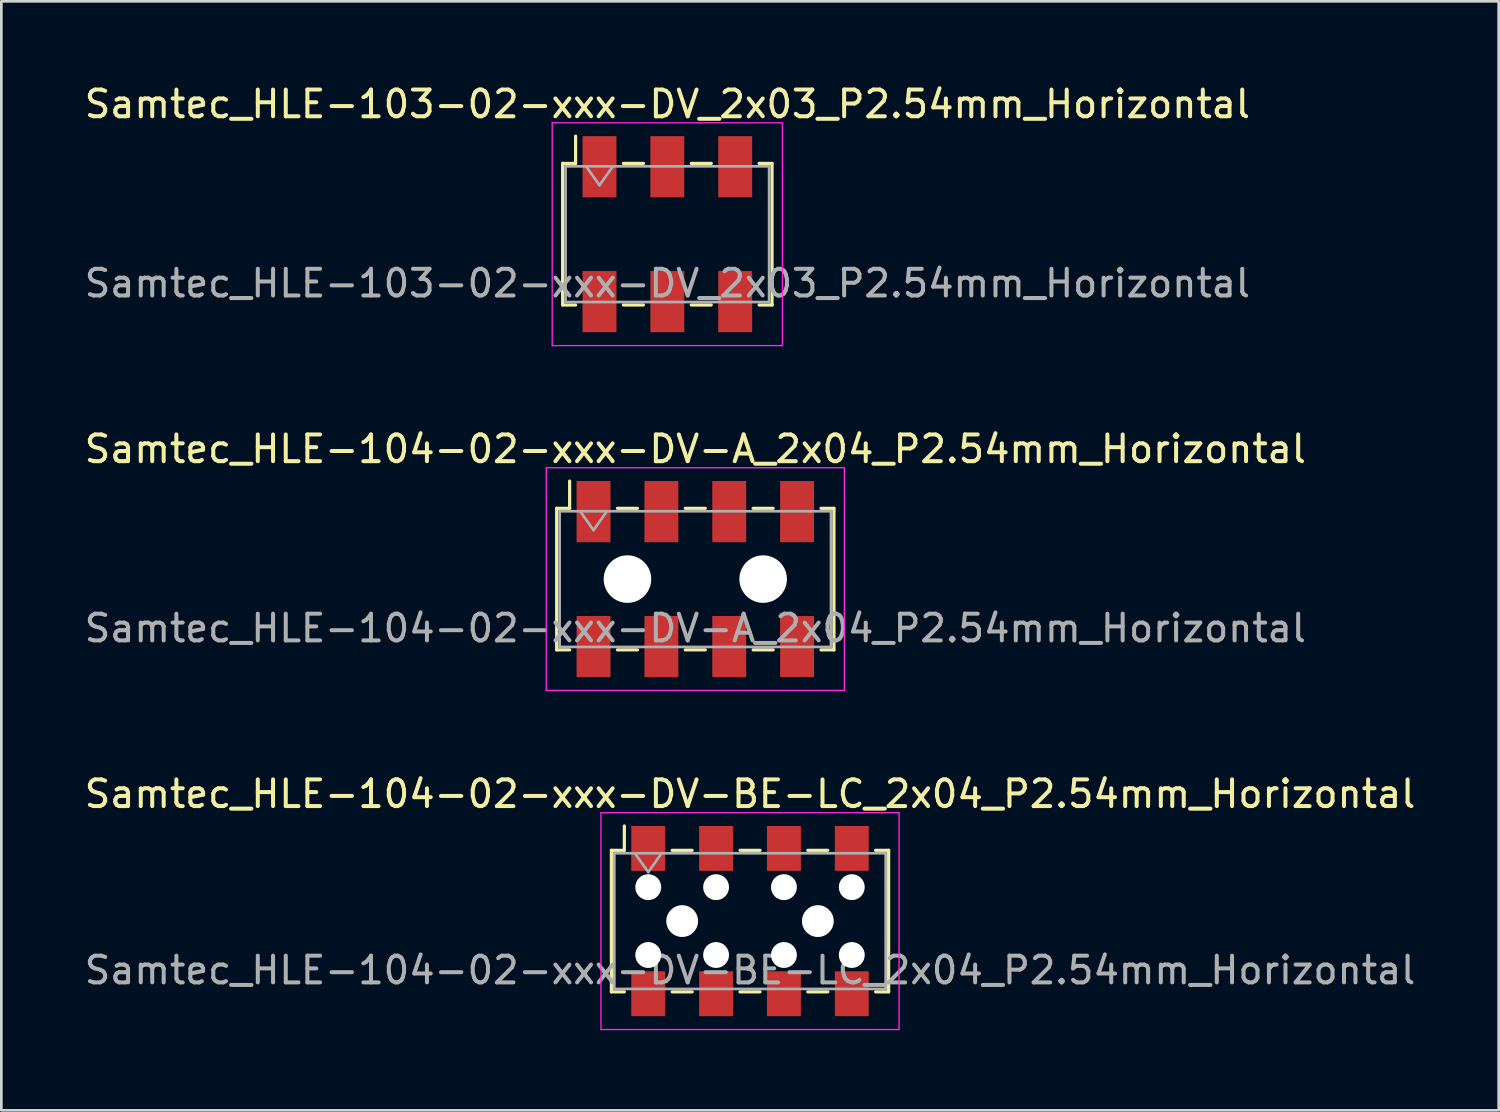
<source format=kicad_pcb>
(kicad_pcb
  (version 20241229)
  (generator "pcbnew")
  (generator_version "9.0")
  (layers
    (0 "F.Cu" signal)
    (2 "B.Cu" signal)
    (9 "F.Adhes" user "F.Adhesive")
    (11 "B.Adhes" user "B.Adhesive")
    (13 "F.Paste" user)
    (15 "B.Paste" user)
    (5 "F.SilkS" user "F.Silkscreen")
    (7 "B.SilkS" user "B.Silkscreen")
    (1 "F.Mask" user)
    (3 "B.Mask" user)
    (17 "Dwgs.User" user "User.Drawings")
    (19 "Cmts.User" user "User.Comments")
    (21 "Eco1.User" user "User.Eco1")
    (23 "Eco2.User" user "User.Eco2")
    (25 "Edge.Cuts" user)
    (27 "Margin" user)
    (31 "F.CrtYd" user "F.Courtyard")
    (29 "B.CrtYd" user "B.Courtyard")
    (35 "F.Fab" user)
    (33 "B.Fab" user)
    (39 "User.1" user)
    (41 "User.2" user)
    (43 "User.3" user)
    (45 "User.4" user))
  (footprint "Samtec_HLE-103-02-xxx-DV_2x03_P2.54mm_Horizontal"
    (layer "F.Cu")
    (at 21.935 5.718)
    (property "Reference" "Samtec_HLE-103-02-xxx-DV_2x03_P2.54mm_Horizontal" (at 0 -4.87 0) (layer "F.SilkS") (effects (font (size 1 1) (thickness 0.15))))
    (attr smd)
    (fp_line (start -3.92 -2.65) (end -3.92 2.65) (stroke (width 0.12) (type solid)) (layer "F.SilkS"))
    (fp_line (start -3.92 2.65) (end -3.435 2.65) (stroke (width 0.12) (type solid)) (layer "F.SilkS"))
    (fp_line (start -3.435 -3.67) (end -3.435 -2.65) (stroke (width 0.12) (type solid)) (layer "F.SilkS"))
    (fp_line (start -3.435 -2.65) (end -3.92 -2.65) (stroke (width 0.12) (type solid)) (layer "F.SilkS"))
    (fp_line (start -1.645 -2.65) (end -0.895 -2.65) (stroke (width 0.12) (type solid)) (layer "F.SilkS"))
    (fp_line (start -1.645 2.65) (end -0.895 2.65) (stroke (width 0.12) (type solid)) (layer "F.SilkS"))
    (fp_line (start 0.895 -2.65) (end 1.645 -2.65) (stroke (width 0.12) (type solid)) (layer "F.SilkS"))
    (fp_line (start 0.895 2.65) (end 1.645 2.65) (stroke (width 0.12) (type solid)) (layer "F.SilkS"))
    (fp_line (start 3.435 -2.65) (end 3.92 -2.65) (stroke (width 0.12) (type solid)) (layer "F.SilkS"))
    (fp_line (start 3.92 -2.65) (end 3.92 2.65) (stroke (width 0.12) (type solid)) (layer "F.SilkS"))
    (fp_line (start 3.92 2.65) (end 3.435 2.65) (stroke (width 0.12) (type solid)) (layer "F.SilkS"))
    (fp_line (start -4.31 -4.17) (end 4.31 -4.17) (stroke (width 0.05) (type solid)) (layer "F.CrtYd"))
    (fp_line (start -4.31 4.17) (end -4.31 -4.17) (stroke (width 0.05) (type solid)) (layer "F.CrtYd"))
    (fp_line (start 4.31 -4.17) (end 4.31 4.17) (stroke (width 0.05) (type solid)) (layer "F.CrtYd"))
    (fp_line (start 4.31 4.17) (end -4.31 4.17) (stroke (width 0.05) (type solid)) (layer "F.CrtYd"))
    (fp_line (start -3.81 -2.54) (end 3.81 -2.54) (stroke (width 0.1) (type solid)) (layer "F.Fab"))
    (fp_line (start -3.81 2.54) (end -3.81 -2.54) (stroke (width 0.1) (type solid)) (layer "F.Fab"))
    (fp_line (start -3.04 -2.54) (end -2.54 -1.833) (stroke (width 0.1) (type solid)) (layer "F.Fab"))
    (fp_line (start -2.54 -1.833) (end -2.04 -2.54) (stroke (width 0.1) (type solid)) (layer "F.Fab"))
    (fp_line (start 3.81 -2.54) (end 3.81 2.54) (stroke (width 0.1) (type solid)) (layer "F.Fab"))
    (fp_line (start 3.81 2.54) (end -3.81 2.54) (stroke (width 0.1) (type solid)) (layer "F.Fab"))
    (fp_text user "${REFERENCE}" (at 0 1.84 0) (layer "F.Fab") (effects (font (size 1 1) (thickness 0.15))))
    (pad "1" smd rect (at -2.54 -2.525) (size 1.27 2.29) (layers "F.Cu" "F.Mask" "F.Paste"))
    (pad "2" smd rect (at -2.54 2.525) (size 1.27 2.29) (layers "F.Cu" "F.Mask" "F.Paste"))
    (pad "3" smd rect (at 0 -2.525) (size 1.27 2.29) (layers "F.Cu" "F.Mask" "F.Paste"))
    (pad "4" smd rect (at 0 2.525) (size 1.27 2.29) (layers "F.Cu" "F.Mask" "F.Paste"))
    (pad "5" smd rect (at 2.54 -2.525) (size 1.27 2.29) (layers "F.Cu" "F.Mask" "F.Paste"))
    (pad "6" smd rect (at 2.54 2.525) (size 1.27 2.29) (layers "F.Cu" "F.Mask" "F.Paste")))
  (footprint "Samtec_HLE-104-02-xxx-DV-A_2x04_P2.54mm_Horizontal"
    (layer "F.Cu")
    (at 22.982 18.631)
    (property "Reference" "Samtec_HLE-104-02-xxx-DV-A_2x04_P2.54mm_Horizontal" (at 0 -4.87 0) (layer "F.SilkS") (effects (font (size 1 1) (thickness 0.15))))
    (attr smd)
    (fp_line (start -5.19 -2.65) (end -5.19 2.65) (stroke (width 0.12) (type solid)) (layer "F.SilkS"))
    (fp_line (start -5.19 2.65) (end -4.705 2.65) (stroke (width 0.12) (type solid)) (layer "F.SilkS"))
    (fp_line (start -4.705 -3.67) (end -4.705 -2.65) (stroke (width 0.12) (type solid)) (layer "F.SilkS"))
    (fp_line (start -4.705 -2.65) (end -5.19 -2.65) (stroke (width 0.12) (type solid)) (layer "F.SilkS"))
    (fp_line (start -2.915 -2.65) (end -2.165 -2.65) (stroke (width 0.12) (type solid)) (layer "F.SilkS"))
    (fp_line (start -2.915 2.65) (end -2.165 2.65) (stroke (width 0.12) (type solid)) (layer "F.SilkS"))
    (fp_line (start -0.375 -2.65) (end 0.375 -2.65) (stroke (width 0.12) (type solid)) (layer "F.SilkS"))
    (fp_line (start -0.375 2.65) (end 0.375 2.65) (stroke (width 0.12) (type solid)) (layer "F.SilkS"))
    (fp_line (start 2.165 -2.65) (end 2.915 -2.65) (stroke (width 0.12) (type solid)) (layer "F.SilkS"))
    (fp_line (start 2.165 2.65) (end 2.915 2.65) (stroke (width 0.12) (type solid)) (layer "F.SilkS"))
    (fp_line (start 4.705 -2.65) (end 5.19 -2.65) (stroke (width 0.12) (type solid)) (layer "F.SilkS"))
    (fp_line (start 5.19 -2.65) (end 5.19 2.65) (stroke (width 0.12) (type solid)) (layer "F.SilkS"))
    (fp_line (start 5.19 2.65) (end 4.705 2.65) (stroke (width 0.12) (type solid)) (layer "F.SilkS"))
    (fp_line (start -5.58 -4.17) (end 5.58 -4.17) (stroke (width 0.05) (type solid)) (layer "F.CrtYd"))
    (fp_line (start -5.58 4.17) (end -5.58 -4.17) (stroke (width 0.05) (type solid)) (layer "F.CrtYd"))
    (fp_line (start 5.58 -4.17) (end 5.58 4.17) (stroke (width 0.05) (type solid)) (layer "F.CrtYd"))
    (fp_line (start 5.58 4.17) (end -5.58 4.17) (stroke (width 0.05) (type solid)) (layer "F.CrtYd"))
    (fp_line (start -5.08 -2.54) (end 5.08 -2.54) (stroke (width 0.1) (type solid)) (layer "F.Fab"))
    (fp_line (start -5.08 2.54) (end -5.08 -2.54) (stroke (width 0.1) (type solid)) (layer "F.Fab"))
    (fp_line (start -4.31 -2.54) (end -3.81 -1.833) (stroke (width 0.1) (type solid)) (layer "F.Fab"))
    (fp_line (start -3.81 -1.833) (end -3.31 -2.54) (stroke (width 0.1) (type solid)) (layer "F.Fab"))
    (fp_line (start 5.08 -2.54) (end 5.08 2.54) (stroke (width 0.1) (type solid)) (layer "F.Fab"))
    (fp_line (start 5.08 2.54) (end -5.08 2.54) (stroke (width 0.1) (type solid)) (layer "F.Fab"))
    (fp_text user "${REFERENCE}" (at 0 1.84 0) (layer "F.Fab") (effects (font (size 1 1) (thickness 0.15))))
    (pad "" np_thru_hole circle (at -2.54 0) (size 1.78 1.78) (drill 1.78) (layers "*.Cu" "*.Mask"))
    (pad "" np_thru_hole circle (at 2.54 0) (size 1.78 1.78) (drill 1.78) (layers "*.Cu" "*.Mask"))
    (pad "1" smd rect (at -3.81 -2.525) (size 1.27 2.29) (layers "F.Cu" "F.Mask" "F.Paste"))
    (pad "2" smd rect (at -3.81 2.525) (size 1.27 2.29) (layers "F.Cu" "F.Mask" "F.Paste"))
    (pad "3" smd rect (at -1.27 -2.525) (size 1.27 2.29) (layers "F.Cu" "F.Mask" "F.Paste"))
    (pad "4" smd rect (at -1.27 2.525) (size 1.27 2.29) (layers "F.Cu" "F.Mask" "F.Paste"))
    (pad "5" smd rect (at 1.27 -2.525) (size 1.27 2.29) (layers "F.Cu" "F.Mask" "F.Paste"))
    (pad "6" smd rect (at 1.27 2.525) (size 1.27 2.29) (layers "F.Cu" "F.Mask" "F.Paste"))
    (pad "7" smd rect (at 3.81 -2.525) (size 1.27 2.29) (layers "F.Cu" "F.Mask" "F.Paste"))
    (pad "8" smd rect (at 3.81 2.525) (size 1.27 2.29) (layers "F.Cu" "F.Mask" "F.Paste")))
  (footprint "Samtec_HLE-104-02-xxx-DV-BE-LC_2x04_P2.54mm_Horizontal"
    (layer "F.Cu")
    (at 25.03 31.435)
    (property "Reference" "Samtec_HLE-104-02-xxx-DV-BE-LC_2x04_P2.54mm_Horizontal" (at 0 -4.76 0) (layer "F.SilkS") (effects (font (size 1 1) (thickness 0.15))))
    (attr smd)
    (fp_line (start -5.19 -2.65) (end -5.19 2.65) (stroke (width 0.12) (type solid)) (layer "F.SilkS"))
    (fp_line (start -5.19 2.65) (end -4.705 2.65) (stroke (width 0.12) (type solid)) (layer "F.SilkS"))
    (fp_line (start -4.705 -3.56) (end -4.705 -2.65) (stroke (width 0.12) (type solid)) (layer "F.SilkS"))
    (fp_line (start -4.705 -2.65) (end -5.19 -2.65) (stroke (width 0.12) (type solid)) (layer "F.SilkS"))
    (fp_line (start -2.915 -2.65) (end -2.165 -2.65) (stroke (width 0.12) (type solid)) (layer "F.SilkS"))
    (fp_line (start -2.915 2.65) (end -2.165 2.65) (stroke (width 0.12) (type solid)) (layer "F.SilkS"))
    (fp_line (start -0.375 -2.65) (end 0.375 -2.65) (stroke (width 0.12) (type solid)) (layer "F.SilkS"))
    (fp_line (start -0.375 2.65) (end 0.375 2.65) (stroke (width 0.12) (type solid)) (layer "F.SilkS"))
    (fp_line (start 2.165 -2.65) (end 2.915 -2.65) (stroke (width 0.12) (type solid)) (layer "F.SilkS"))
    (fp_line (start 2.165 2.65) (end 2.915 2.65) (stroke (width 0.12) (type solid)) (layer "F.SilkS"))
    (fp_line (start 4.705 -2.65) (end 5.19 -2.65) (stroke (width 0.12) (type solid)) (layer "F.SilkS"))
    (fp_line (start 5.19 -2.65) (end 5.19 2.65) (stroke (width 0.12) (type solid)) (layer "F.SilkS"))
    (fp_line (start 5.19 2.65) (end 4.705 2.65) (stroke (width 0.12) (type solid)) (layer "F.SilkS"))
    (fp_line (start -5.58 -4.06) (end 5.58 -4.06) (stroke (width 0.05) (type solid)) (layer "F.CrtYd"))
    (fp_line (start -5.58 4.06) (end -5.58 -4.06) (stroke (width 0.05) (type solid)) (layer "F.CrtYd"))
    (fp_line (start 5.58 -4.06) (end 5.58 4.06) (stroke (width 0.05) (type solid)) (layer "F.CrtYd"))
    (fp_line (start 5.58 4.06) (end -5.58 4.06) (stroke (width 0.05) (type solid)) (layer "F.CrtYd"))
    (fp_line (start -5.08 -2.54) (end 5.08 -2.54) (stroke (width 0.1) (type solid)) (layer "F.Fab"))
    (fp_line (start -5.08 2.54) (end -5.08 -2.54) (stroke (width 0.1) (type solid)) (layer "F.Fab"))
    (fp_line (start -4.31 -2.54) (end -3.81 -1.833) (stroke (width 0.1) (type solid)) (layer "F.Fab"))
    (fp_line (start -3.81 -1.833) (end -3.31 -2.54) (stroke (width 0.1) (type solid)) (layer "F.Fab"))
    (fp_line (start 5.08 -2.54) (end 5.08 2.54) (stroke (width 0.1) (type solid)) (layer "F.Fab"))
    (fp_line (start 5.08 2.54) (end -5.08 2.54) (stroke (width 0.1) (type solid)) (layer "F.Fab"))
    (fp_text user "${REFERENCE}" (at 0 1.84 0) (layer "F.Fab") (effects (font (size 1 1) (thickness 0.15))))
    (pad "" np_thru_hole circle (at -3.81 -1.27) (size 0.97 0.97) (drill 0.97) (layers "*.Cu" "*.Mask"))
    (pad "" np_thru_hole circle (at -3.81 1.27) (size 0.97 0.97) (drill 0.97) (layers "*.Cu" "*.Mask"))
    (pad "" np_thru_hole circle (at -2.54 0) (size 1.19 1.19) (drill 1.19) (layers "*.Cu" "*.Mask"))
    (pad "" np_thru_hole circle (at -1.27 -1.27) (size 0.97 0.97) (drill 0.97) (layers "*.Cu" "*.Mask"))
    (pad "" np_thru_hole circle (at -1.27 1.27) (size 0.97 0.97) (drill 0.97) (layers "*.Cu" "*.Mask"))
    (pad "" np_thru_hole circle (at 1.27 -1.27) (size 0.97 0.97) (drill 0.97) (layers "*.Cu" "*.Mask"))
    (pad "" np_thru_hole circle (at 1.27 1.27) (size 0.97 0.97) (drill 0.97) (layers "*.Cu" "*.Mask"))
    (pad "" np_thru_hole circle (at 2.54 0) (size 1.19 1.19) (drill 1.19) (layers "*.Cu" "*.Mask"))
    (pad "" np_thru_hole circle (at 3.81 -1.27) (size 0.97 0.97) (drill 0.97) (layers "*.Cu" "*.Mask"))
    (pad "" np_thru_hole circle (at 3.81 1.27) (size 0.97 0.97) (drill 0.97) (layers "*.Cu" "*.Mask"))
    (pad "1" smd rect (at -3.81 -2.72) (size 1.27 1.68) (layers "F.Cu" "F.Mask" "F.Paste"))
    (pad "2" smd rect (at -3.81 2.72) (size 1.27 1.68) (layers "F.Cu" "F.Mask" "F.Paste"))
    (pad "3" smd rect (at -1.27 -2.72) (size 1.27 1.68) (layers "F.Cu" "F.Mask" "F.Paste"))
    (pad "4" smd rect (at -1.27 2.72) (size 1.27 1.68) (layers "F.Cu" "F.Mask" "F.Paste"))
    (pad "5" smd rect (at 1.27 -2.72) (size 1.27 1.68) (layers "F.Cu" "F.Mask" "F.Paste"))
    (pad "6" smd rect (at 1.27 2.72) (size 1.27 1.68) (layers "F.Cu" "F.Mask" "F.Paste"))
    (pad "7" smd rect (at 3.81 -2.72) (size 1.27 1.68) (layers "F.Cu" "F.Mask" "F.Paste"))
    (pad "8" smd rect (at 3.81 2.72) (size 1.27 1.68) (layers "F.Cu" "F.Mask" "F.Paste")))
  (gr_rect
    (start -3 -3)
    (end 53.06 38.52)
    (stroke (width 0.1) (type default))
    (fill no)
    (layer "Edge.Cuts")))
</source>
